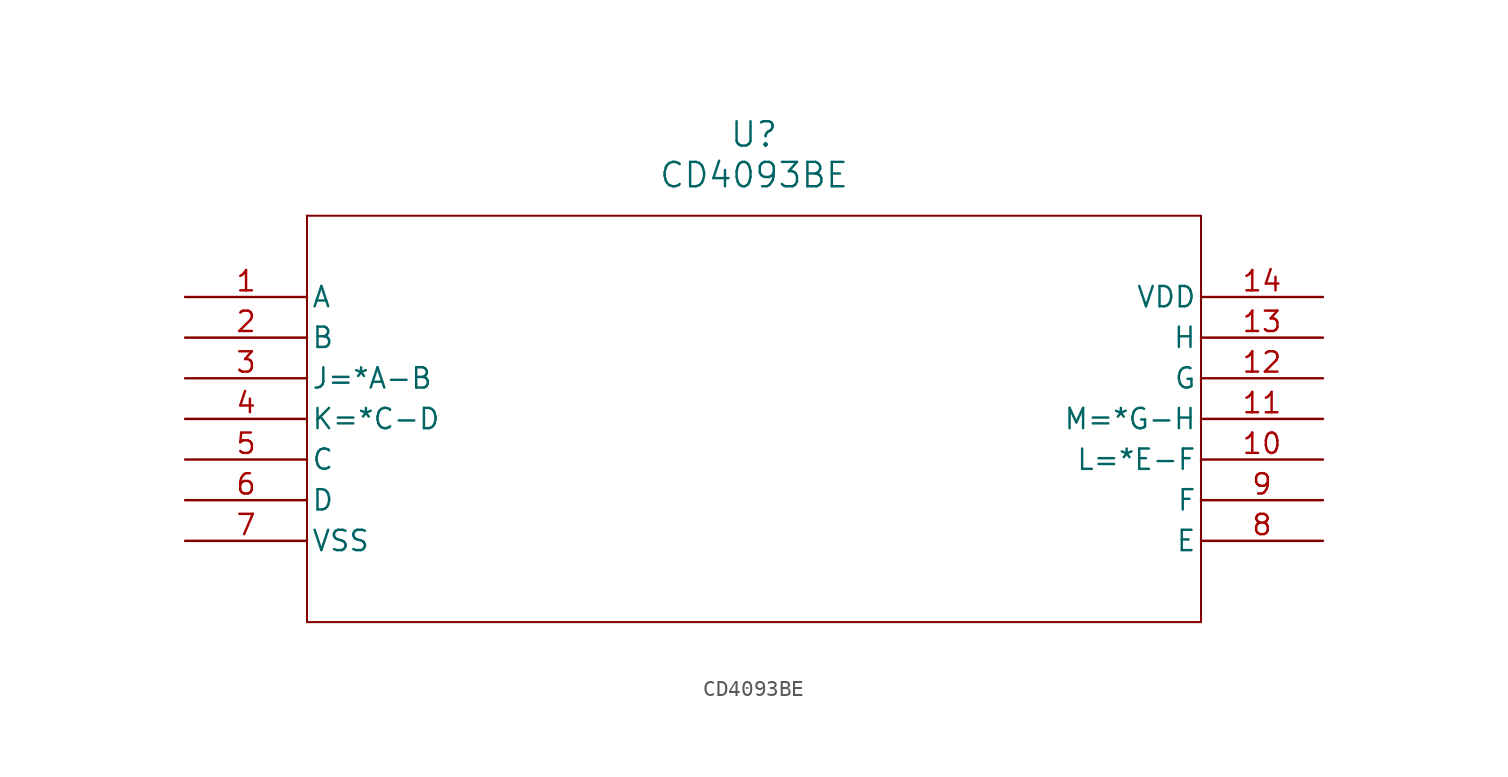
<source format=kicad_sym>
(kicad_symbol_lib
  (version 20211014)
  (generator kicad_symbol_editor)
  (symbol "CD4093BE"
    (pin_names
      (offset 0.254))
    (property "Reference" "U"
      (at 35.56 10.16 0)
      (effects (font (size 1.524 1.524))))
    (property "Value" "CD4093BE"
      (at 35.56 7.62 0)
      (effects (font (size 1.524 1.524))))
    (symbol "CD4093BE_0_1"
      (polyline (pts (xy 7.62 5.08) (xy 7.62 -20.32)) (stroke (width 0.127) (type default) (color 0 0 0 0)) (fill (type none)))
      (polyline (pts (xy 7.62 -20.32) (xy 63.5 -20.32)) (stroke (width 0.127) (type default) (color 0 0 0 0)) (fill (type none)))
      (polyline (pts (xy 63.5 -20.32) (xy 63.5 5.08)) (stroke (width 0.127) (type default) (color 0 0 0 0)) (fill (type none)))
      (polyline (pts (xy 63.5 5.08) (xy 7.62 5.08)) (stroke (width 0.127) (type default) (color 0 0 0 0)) (fill (type none)))
      (pin unspecified line (at 0 0 0) (length 7.62) (name "A" (effects (font (size 1.27 1.27)))) (number "1" (effects (font (size 1.27 1.27)))))
      (pin unspecified line (at 0 -2.54 0) (length 7.62) (name "B" (effects (font (size 1.27 1.27)))) (number "2" (effects (font (size 1.27 1.27)))))
      (pin unspecified line (at 0 -5.08 0) (length 7.62) (name "J=*A-B" (effects (font (size 1.27 1.27)))) (number "3" (effects (font (size 1.27 1.27)))))
      (pin unspecified line (at 0 -7.62 0) (length 7.62) (name "K=*C-D" (effects (font (size 1.27 1.27)))) (number "4" (effects (font (size 1.27 1.27)))))
      (pin unspecified line (at 0 -10.16 0) (length 7.62) (name "C" (effects (font (size 1.27 1.27)))) (number "5" (effects (font (size 1.27 1.27)))))
      (pin unspecified line (at 0 -12.7 0) (length 7.62) (name "D" (effects (font (size 1.27 1.27)))) (number "6" (effects (font (size 1.27 1.27)))))
      (pin power_in line (at 0 -15.24 0) (length 7.62) (name "VSS" (effects (font (size 1.27 1.27)))) (number "7" (effects (font (size 1.27 1.27)))))
      (pin unspecified line (at 71.12 -15.24 180) (length 7.62) (name "E" (effects (font (size 1.27 1.27)))) (number "8" (effects (font (size 1.27 1.27)))))
      (pin unspecified line (at 71.12 -12.7 180) (length 7.62) (name "F" (effects (font (size 1.27 1.27)))) (number "9" (effects (font (size 1.27 1.27)))))
      (pin unspecified line (at 71.12 -10.16 180) (length 7.62) (name "L=*E-F" (effects (font (size 1.27 1.27)))) (number "10" (effects (font (size 1.27 1.27)))))
      (pin unspecified line (at 71.12 -7.62 180) (length 7.62) (name "M=*G-H" (effects (font (size 1.27 1.27)))) (number "11" (effects (font (size 1.27 1.27)))))
      (pin unspecified line (at 71.12 -5.08 180) (length 7.62) (name "G" (effects (font (size 1.27 1.27)))) (number "12" (effects (font (size 1.27 1.27)))))
      (pin unspecified line (at 71.12 -2.54 180) (length 7.62) (name "H" (effects (font (size 1.27 1.27)))) (number "13" (effects (font (size 1.27 1.27)))))
      (pin power_in line (at 71.12 0 180) (length 7.62) (name "VDD" (effects (font (size 1.27 1.27)))) (number "14" (effects (font (size 1.27 1.27))))))))
</source>
